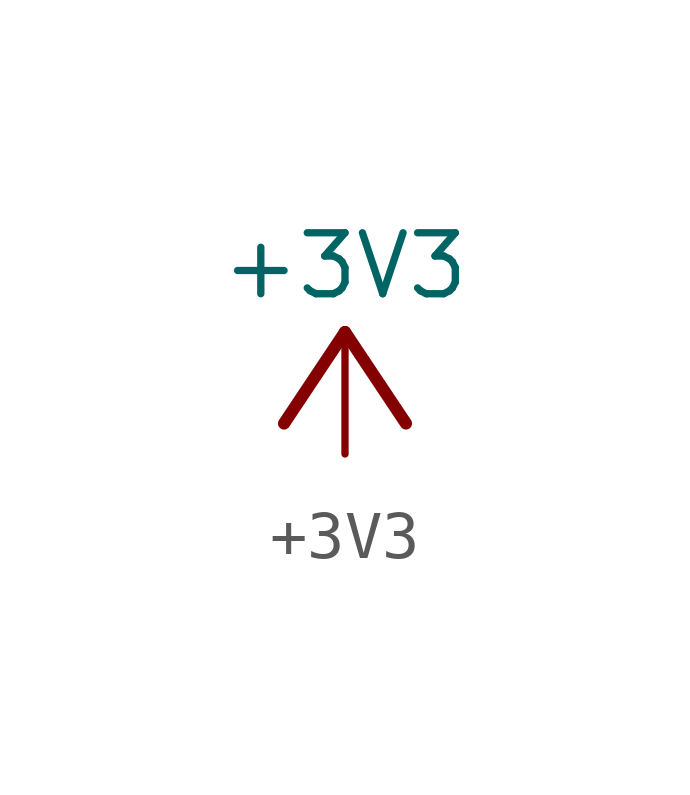
<source format=kicad_sym>
(kicad_symbol_lib
  (version 20241209)
  (generator "kicad_symbol_editor")
  (generator_version "9.0")
  (symbol "+3V3"
    (power)
    (property "Reference" "#+3V3"
      (at 0 0 0)
      (effects (font (size 1.27 1.27)) (hide yes)))
    (property "Value" "+3V3"
      (at 0 0.635 0)
      (effects (font (size 1.27 1.27)) (justify bottom)))
    (property "ki_locked" ""
      (at 0 0 0)
      (effects (font (size 1.27 1.27))))
    (symbol "+3V3_1_0"
      (polyline (pts (xy 0 0) (xy -1.27 -1.905)) (stroke (width 0.254) (type solid)) (fill (type none)))
      (polyline (pts (xy 1.27 -1.905) (xy 0 0)) (stroke (width 0.254) (type solid)) (fill (type none)))
      (pin power_in line (at 0 -2.54 90) (length 2.54) (name "+3V3" (effects (font (size 0 0)))) (number "1" (effects (font (size 0 0))))))))
</source>
